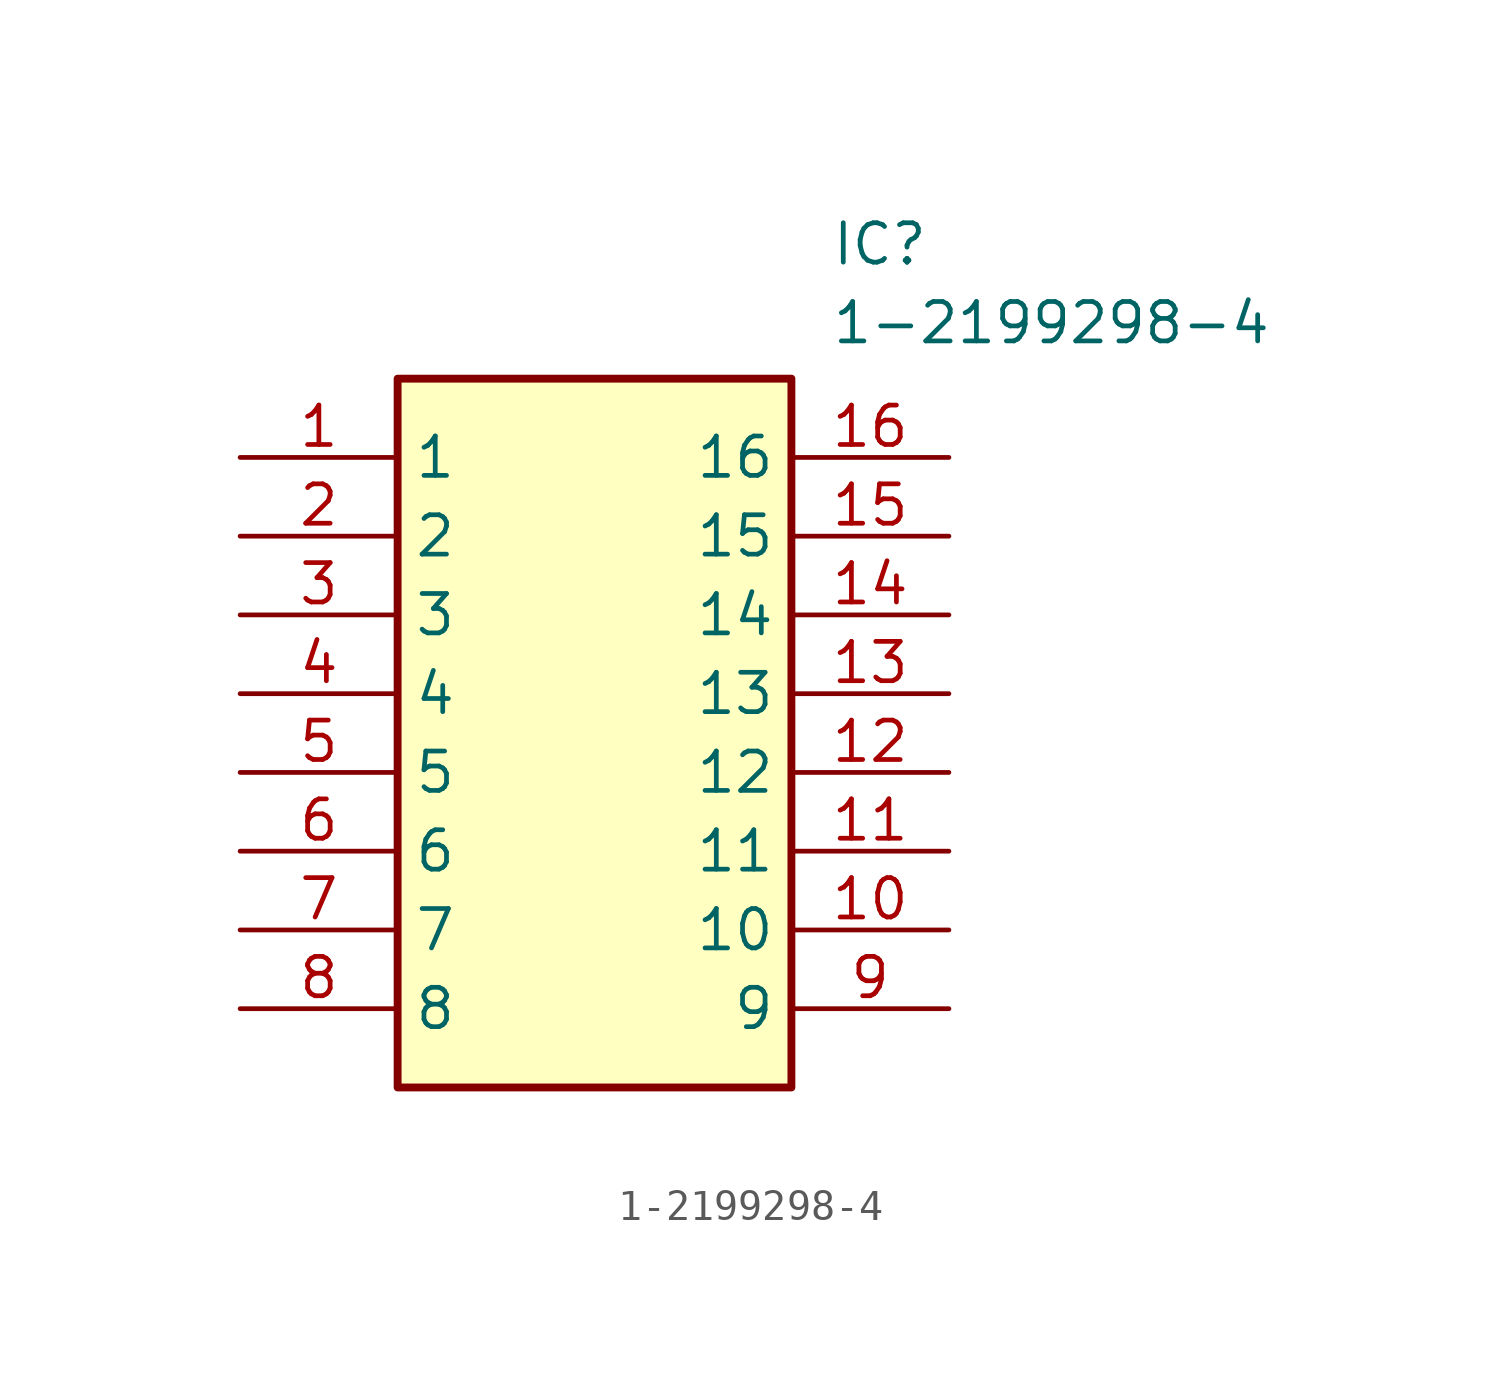
<source format=kicad_sym>
(kicad_symbol_lib
  (version 20220914)
  (generator kicad_symbol_editor)
  (symbol "1-2199298-4"
    (property "Reference" "IC"
      (at 19.05 7.62 0)
      (effects (font (size 1.27 1.27)) (justify left top)))
    (property "Value" "1-2199298-4"
      (at 19.05 5.08 0)
      (effects (font (size 1.27 1.27)) (justify left top)))
    (symbol "1-2199298-4_1_1"
      (rectangle (start 5.08 2.54) (end 17.78 -20.32) (stroke (width 0.254) (type default)) (fill (type background)))
      (pin passive line (at 0 0 0) (length 5.08) (name "1" (effects (font (size 1.27 1.27)))) (number "1" (effects (font (size 1.27 1.27)))))
      (pin passive line (at 22.86 -15.24 180) (length 5.08) (name "10" (effects (font (size 1.27 1.27)))) (number "10" (effects (font (size 1.27 1.27)))))
      (pin passive line (at 22.86 -12.7 180) (length 5.08) (name "11" (effects (font (size 1.27 1.27)))) (number "11" (effects (font (size 1.27 1.27)))))
      (pin passive line (at 22.86 -10.16 180) (length 5.08) (name "12" (effects (font (size 1.27 1.27)))) (number "12" (effects (font (size 1.27 1.27)))))
      (pin passive line (at 22.86 -7.62 180) (length 5.08) (name "13" (effects (font (size 1.27 1.27)))) (number "13" (effects (font (size 1.27 1.27)))))
      (pin passive line (at 22.86 -5.08 180) (length 5.08) (name "14" (effects (font (size 1.27 1.27)))) (number "14" (effects (font (size 1.27 1.27)))))
      (pin passive line (at 22.86 -2.54 180) (length 5.08) (name "15" (effects (font (size 1.27 1.27)))) (number "15" (effects (font (size 1.27 1.27)))))
      (pin passive line (at 22.86 0 180) (length 5.08) (name "16" (effects (font (size 1.27 1.27)))) (number "16" (effects (font (size 1.27 1.27)))))
      (pin passive line (at 0 -2.54 0) (length 5.08) (name "2" (effects (font (size 1.27 1.27)))) (number "2" (effects (font (size 1.27 1.27)))))
      (pin passive line (at 0 -5.08 0) (length 5.08) (name "3" (effects (font (size 1.27 1.27)))) (number "3" (effects (font (size 1.27 1.27)))))
      (pin passive line (at 0 -7.62 0) (length 5.08) (name "4" (effects (font (size 1.27 1.27)))) (number "4" (effects (font (size 1.27 1.27)))))
      (pin passive line (at 0 -10.16 0) (length 5.08) (name "5" (effects (font (size 1.27 1.27)))) (number "5" (effects (font (size 1.27 1.27)))))
      (pin passive line (at 0 -12.7 0) (length 5.08) (name "6" (effects (font (size 1.27 1.27)))) (number "6" (effects (font (size 1.27 1.27)))))
      (pin passive line (at 0 -15.24 0) (length 5.08) (name "7" (effects (font (size 1.27 1.27)))) (number "7" (effects (font (size 1.27 1.27)))))
      (pin passive line (at 0 -17.78 0) (length 5.08) (name "8" (effects (font (size 1.27 1.27)))) (number "8" (effects (font (size 1.27 1.27)))))
      (pin passive line (at 22.86 -17.78 180) (length 5.08) (name "9" (effects (font (size 1.27 1.27)))) (number "9" (effects (font (size 1.27 1.27))))))))
</source>
